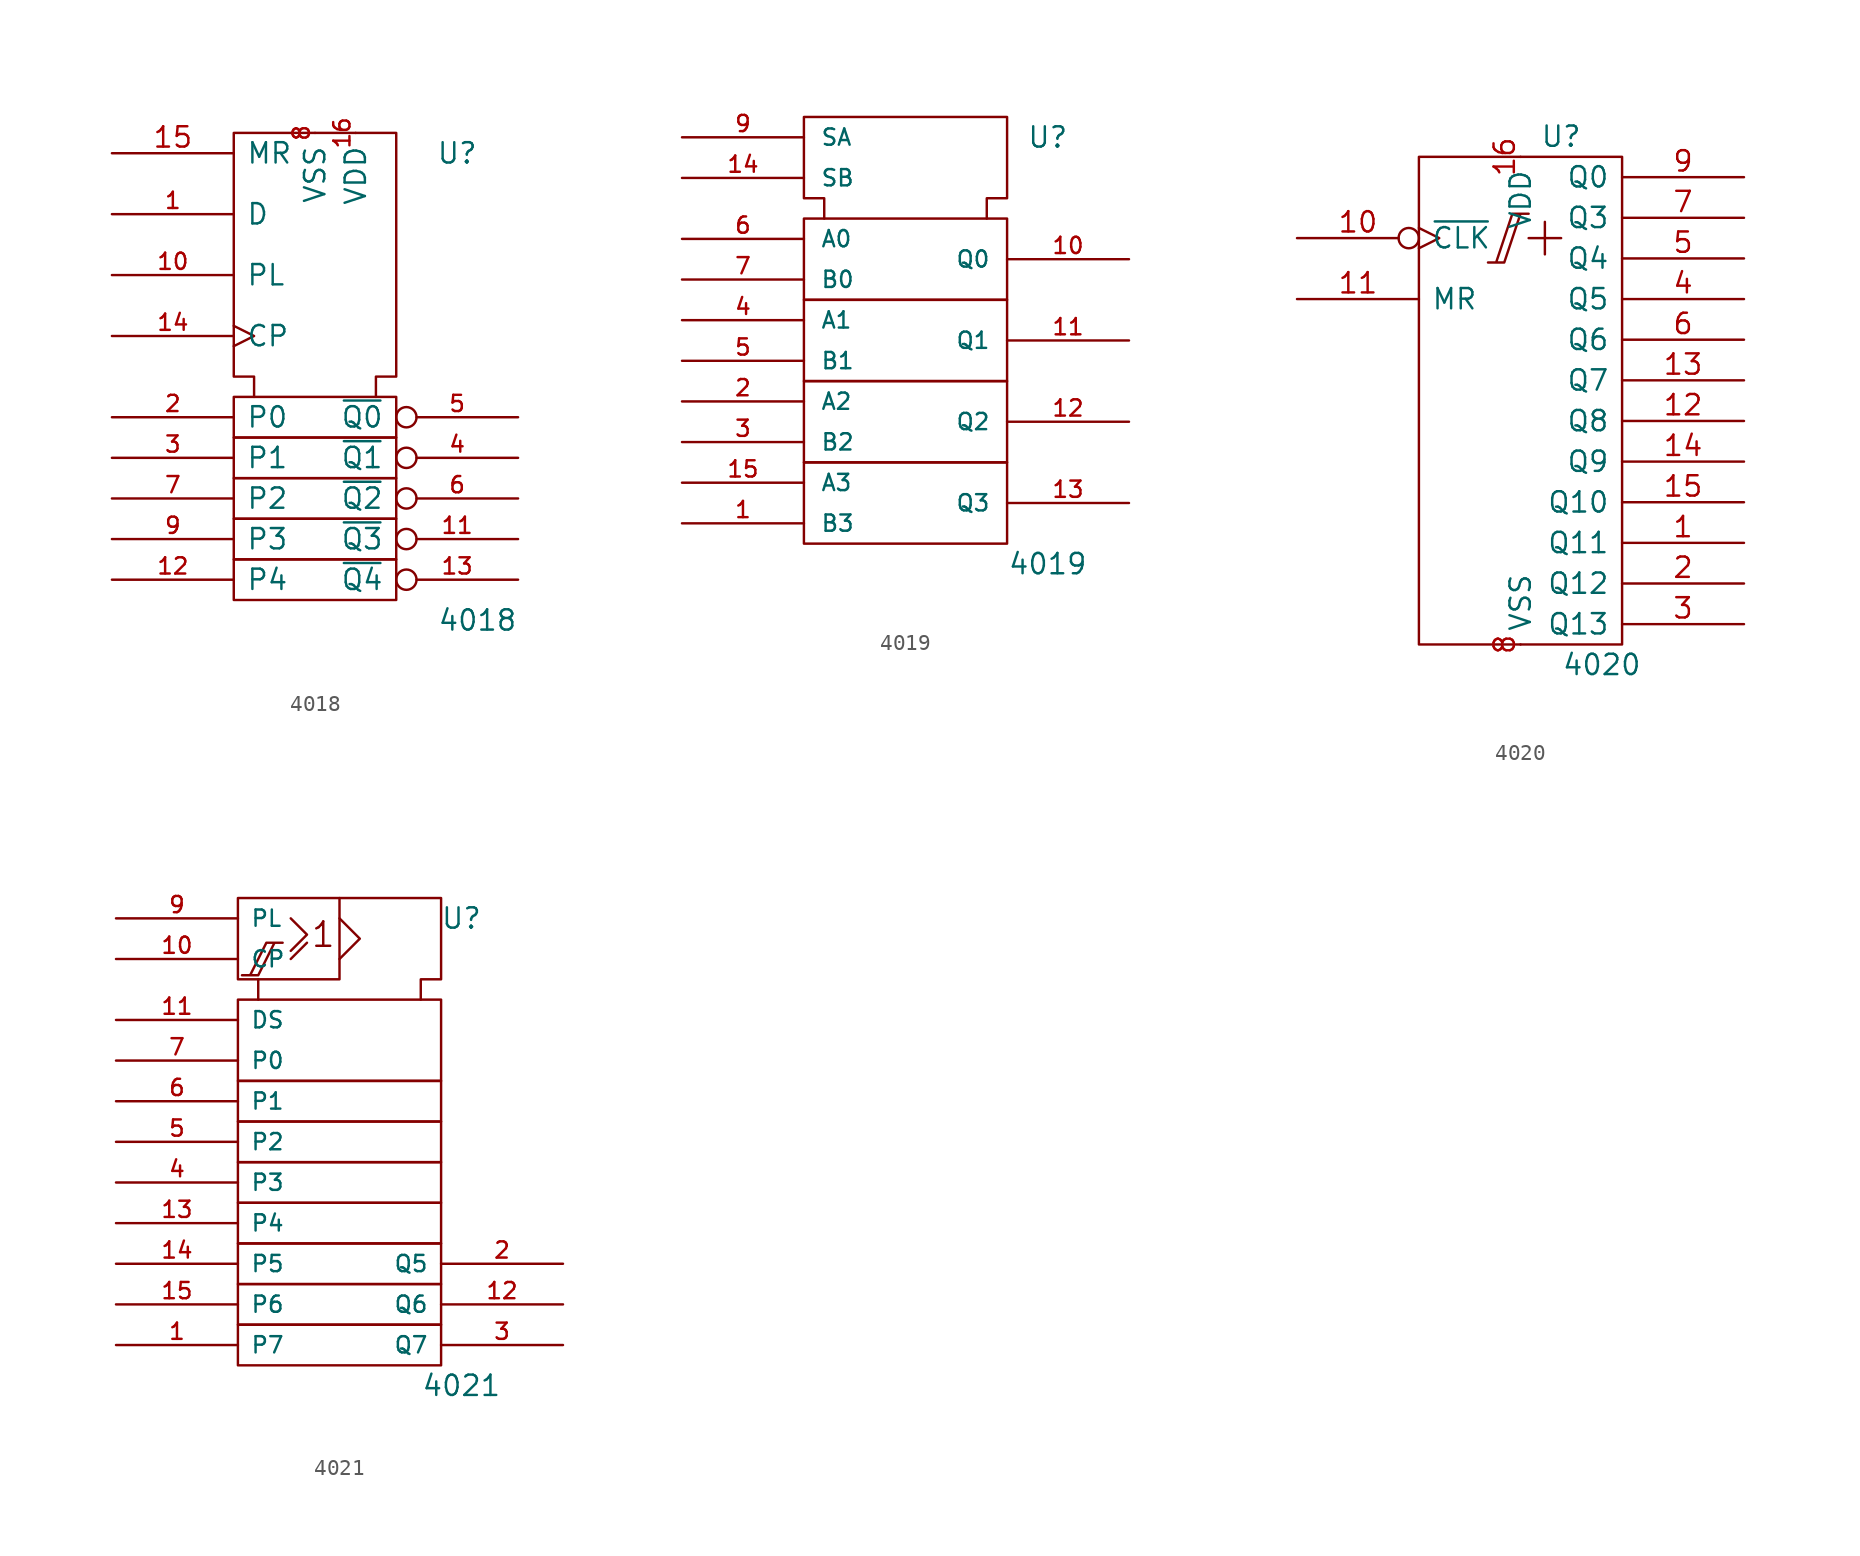
<source format=kicad_sym>
(kicad_symbol_lib
  (version 20201005)
  (generator kicad_symbol_editor)
  (symbol "4xxx_IEEE:4018"
    (pin_names
      (offset 0.762))
    (property "Reference" "U"
      (at 8.89 11.43 0)
      (effects (font (size 1.27 1.27))))
    (property "Value" "4018"
      (at 10.16 -17.78 0)
      (effects (font (size 1.27 1.27))))
    (symbol "4018_0_1"
      (rectangle (start -5.08 -13.97) (end 5.08 -16.51) (stroke (width 0)) (fill (type none)))
      (rectangle (start -5.08 -11.43) (end 5.08 -13.97) (stroke (width 0)) (fill (type none)))
      (rectangle (start -5.08 -8.89) (end 5.08 -11.43) (stroke (width 0)) (fill (type none)))
      (rectangle (start -5.08 -6.35) (end 5.08 -8.89) (stroke (width 0)) (fill (type none)))
      (rectangle (start -5.08 -3.81) (end 5.08 -6.35) (stroke (width 0)) (fill (type none)))
      (polyline (pts (xy -3.81 -3.81) (xy -3.81 -2.54) (xy -5.08 -2.54) (xy -5.08 12.7) (xy 5.08 12.7) (xy 5.08 -2.54) (xy 3.81 -2.54) (xy 3.81 -3.81) (xy 3.81 -3.81)) (stroke (width 0)) (fill (type none))))
    (symbol "4018_1_1"
      (pin input line (at -12.7 7.62 0) (length 7.62) (name "D" (effects (font (size 1.27 1.27)))) (number "1" (effects (font (size 1.016 1.016)))))
      (pin input line (at -12.7 3.81 0) (length 7.62) (name "PL" (effects (font (size 1.27 1.27)))) (number "10" (effects (font (size 1.016 1.016)))))
      (pin output inverted (at 12.7 -12.7 180) (length 7.62) (name "~Q3" (effects (font (size 1.27 1.27)))) (number "11" (effects (font (size 1.016 1.016)))))
      (pin input line (at -12.7 -15.24 0) (length 7.62) (name "P4" (effects (font (size 1.27 1.27)))) (number "12" (effects (font (size 1.016 1.016)))))
      (pin output inverted (at 12.7 -15.24 180) (length 7.62) (name "~Q4" (effects (font (size 1.27 1.27)))) (number "13" (effects (font (size 1.016 1.016)))))
      (pin input clock (at -12.7 0 0) (length 7.62) (name "CP" (effects (font (size 1.27 1.27)))) (number "14" (effects (font (size 1.016 1.016)))))
      (pin input line (at -12.7 11.43 0) (length 7.62) (name "MR" (effects (font (size 1.27 1.27)))) (number "15" (effects (font (size 1.27 1.27)))))
      (pin power_in line (at 2.54 12.7 270) (length 0) (name "VDD" (effects (font (size 1.27 1.27)))) (number "16" (effects (font (size 1.016 1.016)))))
      (pin input line (at -12.7 -5.08 0) (length 7.62) (name "P0" (effects (font (size 1.27 1.27)))) (number "2" (effects (font (size 1.016 1.016)))))
      (pin input line (at -12.7 -7.62 0) (length 7.62) (name "P1" (effects (font (size 1.27 1.27)))) (number "3" (effects (font (size 1.016 1.016)))))
      (pin output inverted (at 12.7 -7.62 180) (length 7.62) (name "~Q1" (effects (font (size 1.27 1.27)))) (number "4" (effects (font (size 1.016 1.016)))))
      (pin output inverted (at 12.7 -5.08 180) (length 7.62) (name "~Q0" (effects (font (size 1.27 1.27)))) (number "5" (effects (font (size 1.016 1.016)))))
      (pin output inverted (at 12.7 -10.16 180) (length 7.62) (name "~Q2" (effects (font (size 1.27 1.27)))) (number "6" (effects (font (size 1.016 1.016)))))
      (pin input line (at -12.7 -10.16 0) (length 7.62) (name "P2" (effects (font (size 1.27 1.27)))) (number "7" (effects (font (size 1.016 1.016)))))
      (pin power_in line (at 0 12.7 270) (length 0) (name "VSS" (effects (font (size 1.27 1.27)))) (number "8" (effects (font (size 1.016 1.016)))))
      (pin input line (at -12.7 -12.7 0) (length 7.62) (name "P3" (effects (font (size 1.27 1.27)))) (number "9" (effects (font (size 1.016 1.016)))))))
  (symbol "4xxx_IEEE:4019"
    (pin_names
      (offset 1.016))
    (property "Reference" "U"
      (at 8.89 10.16 0)
      (effects (font (size 1.27 1.27))))
    (property "Value" "4019"
      (at 8.89 -16.51 0)
      (effects (font (size 1.27 1.27))))
    (symbol "4019_0_1"
      (rectangle (start -6.35 -10.16) (end 6.35 -15.24) (stroke (width 0)) (fill (type none)))
      (rectangle (start -6.35 -5.08) (end 6.35 -10.16) (stroke (width 0)) (fill (type none)))
      (rectangle (start -6.35 0) (end 6.35 -5.08) (stroke (width 0)) (fill (type none)))
      (rectangle (start -6.35 0) (end 6.35 5.08) (stroke (width 0)) (fill (type none)))
      (polyline (pts (xy -5.08 5.08) (xy -5.08 6.35) (xy -6.35 6.35) (xy -6.35 11.43) (xy 6.35 11.43) (xy 6.35 6.35) (xy 5.08 6.35) (xy 5.08 5.08) (xy 5.08 5.08)) (stroke (width 0)) (fill (type none)))
      (pin power_in line (at 3.81 11.43 270) (length 0) hide (name "Vdd" (effects (font (size 1.016 1.016)))) (number "16" (effects (font (size 1.016 1.016)))))
      (pin power_in line (at 0 11.43 270) (length 0) hide (name "Vss" (effects (font (size 1.016 1.016)))) (number "8" (effects (font (size 1.016 1.016))))))
    (symbol "4019_1_1"
      (pin input line (at -13.97 -13.97 0) (length 7.62) (name "B3" (effects (font (size 1.016 1.016)))) (number "1" (effects (font (size 1.016 1.016)))))
      (pin output line (at 13.97 2.54 180) (length 7.62) (name "Q0" (effects (font (size 1.016 1.016)))) (number "10" (effects (font (size 1.016 1.016)))))
      (pin output line (at 13.97 -2.54 180) (length 7.62) (name "Q1" (effects (font (size 1.016 1.016)))) (number "11" (effects (font (size 1.016 1.016)))))
      (pin output line (at 13.97 -7.62 180) (length 7.62) (name "Q2" (effects (font (size 1.016 1.016)))) (number "12" (effects (font (size 1.016 1.016)))))
      (pin output line (at 13.97 -12.7 180) (length 7.62) (name "Q3" (effects (font (size 1.016 1.016)))) (number "13" (effects (font (size 1.016 1.016)))))
      (pin input line (at -13.97 7.62 0) (length 7.62) (name "SB" (effects (font (size 1.016 1.016)))) (number "14" (effects (font (size 1.016 1.016)))))
      (pin input line (at -13.97 -11.43 0) (length 7.62) (name "A3" (effects (font (size 1.016 1.016)))) (number "15" (effects (font (size 1.016 1.016)))))
      (pin input line (at -13.97 -6.35 0) (length 7.62) (name "A2" (effects (font (size 1.016 1.016)))) (number "2" (effects (font (size 1.016 1.016)))))
      (pin input line (at -13.97 -8.89 0) (length 7.62) (name "B2" (effects (font (size 1.016 1.016)))) (number "3" (effects (font (size 1.016 1.016)))))
      (pin input line (at -13.97 -1.27 0) (length 7.62) (name "A1" (effects (font (size 1.016 1.016)))) (number "4" (effects (font (size 1.016 1.016)))))
      (pin input line (at -13.97 -3.81 0) (length 7.62) (name "B1" (effects (font (size 1.016 1.016)))) (number "5" (effects (font (size 1.016 1.016)))))
      (pin input line (at -13.97 3.81 0) (length 7.62) (name "A0" (effects (font (size 1.016 1.016)))) (number "6" (effects (font (size 1.016 1.016)))))
      (pin input line (at -13.97 1.27 0) (length 7.62) (name "B0" (effects (font (size 1.016 1.016)))) (number "7" (effects (font (size 1.016 1.016)))))
      (pin input line (at -13.97 10.16 0) (length 7.62) (name "SA" (effects (font (size 1.016 1.016)))) (number "9" (effects (font (size 1.016 1.016)))))))
  (symbol "4xxx_IEEE:4020"
    (pin_names
      (offset 0.762))
    (property "Reference" "U"
      (at 2.54 16.51 0)
      (effects (font (size 1.27 1.27))))
    (property "Value" "4020"
      (at 5.08 -16.51 0)
      (effects (font (size 1.27 1.27))))
    (symbol "4020_0_0"
      (rectangle (start -6.35 15.24) (end 6.35 -15.24) (stroke (width 0)) (fill (type none)))
      (polyline (pts (xy 0.508 10.16) (xy 2.54 10.16) (xy 2.54 10.16)) (stroke (width 0)) (fill (type none)))
      (polyline (pts (xy 1.524 11.176) (xy 1.524 9.144) (xy 1.524 9.144)) (stroke (width 0)) (fill (type none)))
      (polyline (pts (xy -2.032 8.636) (xy -1.016 8.636) (xy 0 11.684) (xy 0.508 11.684) (xy -0.508 11.684) (xy -1.524 8.636) (xy -1.524 8.636)) (stroke (width 0)) (fill (type none)))
      (pin power_in line (at 0 15.24 270) (length 0) (name "VDD" (effects (font (size 1.27 1.27)))) (number "16" (effects (font (size 1.27 1.27)))))
      (pin power_in line (at 0 -15.24 90) (length 0) (name "VSS" (effects (font (size 1.27 1.27)))) (number "8" (effects (font (size 1.27 1.27))))))
    (symbol "4020_1_1"
      (pin output line (at 13.97 -8.89 180) (length 7.62) (name "Q11" (effects (font (size 1.27 1.27)))) (number "1" (effects (font (size 1.27 1.27)))))
      (pin input inverted_clock (at -13.97 10.16 0) (length 7.62) (name "~CLK" (effects (font (size 1.27 1.27)))) (number "10" (effects (font (size 1.27 1.27)))))
      (pin input line (at -13.97 6.35 0) (length 7.62) (name "MR" (effects (font (size 1.27 1.27)))) (number "11" (effects (font (size 1.27 1.27)))))
      (pin output line (at 13.97 -1.27 180) (length 7.62) (name "Q8" (effects (font (size 1.27 1.27)))) (number "12" (effects (font (size 1.27 1.27)))))
      (pin output line (at 13.97 1.27 180) (length 7.62) (name "Q7" (effects (font (size 1.27 1.27)))) (number "13" (effects (font (size 1.27 1.27)))))
      (pin output line (at 13.97 -3.81 180) (length 7.62) (name "Q9" (effects (font (size 1.27 1.27)))) (number "14" (effects (font (size 1.27 1.27)))))
      (pin output line (at 13.97 -6.35 180) (length 7.62) (name "Q10" (effects (font (size 1.27 1.27)))) (number "15" (effects (font (size 1.27 1.27)))))
      (pin output line (at 13.97 -11.43 180) (length 7.62) (name "Q12" (effects (font (size 1.27 1.27)))) (number "2" (effects (font (size 1.27 1.27)))))
      (pin output line (at 13.97 -13.97 180) (length 7.62) (name "Q13" (effects (font (size 1.27 1.27)))) (number "3" (effects (font (size 1.27 1.27)))))
      (pin output line (at 13.97 6.35 180) (length 7.62) (name "Q5" (effects (font (size 1.27 1.27)))) (number "4" (effects (font (size 1.27 1.27)))))
      (pin output line (at 13.97 8.89 180) (length 7.62) (name "Q4" (effects (font (size 1.27 1.27)))) (number "5" (effects (font (size 1.27 1.27)))))
      (pin output line (at 13.97 3.81 180) (length 7.62) (name "Q6" (effects (font (size 1.27 1.27)))) (number "6" (effects (font (size 1.27 1.27)))))
      (pin output line (at 13.97 11.43 180) (length 7.62) (name "Q3" (effects (font (size 1.27 1.27)))) (number "7" (effects (font (size 1.27 1.27)))))
      (pin output line (at 13.97 13.97 180) (length 7.62) (name "Q0" (effects (font (size 1.27 1.27)))) (number "9" (effects (font (size 1.27 1.27)))))))
  (symbol "4xxx_IEEE:4021"
    (pin_names
      (offset 0.762))
    (property "Reference" "U"
      (at 7.62 7.62 0)
      (effects (font (size 1.27 1.27))))
    (property "Value" "4021"
      (at 7.62 -21.59 0)
      (effects (font (size 1.27 1.27))))
    (symbol "4021_0_0"
      (text "1" (at -1.016 6.604 0) (effects (font (size 1.524 1.524))))
      (polyline (pts (xy -6.096 4.064) (xy -5.08 4.064) (xy -4.064 6.096) (xy -3.556 6.096) (xy -4.572 6.096) (xy -5.588 4.064) (xy -5.588 4.064)) (stroke (width 0)) (fill (type none))))
    (symbol "4021_0_1"
      (rectangle (start -6.35 -17.78) (end 6.35 -20.32) (stroke (width 0)) (fill (type none)))
      (rectangle (start -6.35 -15.24) (end 6.35 -17.78) (stroke (width 0)) (fill (type none)))
      (rectangle (start -6.35 -12.7) (end 6.35 -15.24) (stroke (width 0)) (fill (type none)))
      (rectangle (start -6.35 -10.16) (end 6.35 -12.7) (stroke (width 0)) (fill (type none)))
      (rectangle (start -6.35 -7.62) (end 6.35 -10.16) (stroke (width 0)) (fill (type none)))
      (rectangle (start -6.35 -5.08) (end 6.35 -7.62) (stroke (width 0)) (fill (type none)))
      (rectangle (start -6.35 -2.54) (end 6.35 -5.08) (stroke (width 0)) (fill (type none)))
      (rectangle (start -6.35 2.54) (end 6.35 -2.54) (stroke (width 0)) (fill (type none)))
      (polyline (pts (xy -3.048 5.08) (xy -2.032 6.096) (xy -2.032 6.096)) (stroke (width 0)) (fill (type none)))
      (polyline (pts (xy -3.048 7.62) (xy -2.032 6.604) (xy -3.048 5.588) (xy -3.048 5.588)) (stroke (width 0)) (fill (type none)))
      (polyline (pts (xy 0 7.62) (xy 1.27 6.35) (xy 0 5.08) (xy 0 5.08)) (stroke (width 0)) (fill (type none)))
      (polyline (pts (xy 0 8.89) (xy 0 3.81) (xy -5.08 3.81) (xy -5.08 3.81)) (stroke (width 0)) (fill (type none)))
      (polyline (pts (xy -5.08 2.54) (xy -5.08 3.81) (xy -6.35 3.81) (xy -6.35 8.89) (xy 6.35 8.89) (xy 6.35 3.81) (xy 5.08 3.81) (xy 5.08 2.54) (xy 5.08 2.54)) (stroke (width 0)) (fill (type none)))
      (pin power_in line (at 3.81 8.89 270) (length 0) hide (name "Vdd" (effects (font (size 1.016 1.016)))) (number "16" (effects (font (size 1.016 1.016)))))
      (pin power_in line (at 1.27 8.89 270) (length 0) hide (name "Vss" (effects (font (size 1.016 1.016)))) (number "8" (effects (font (size 1.016 1.016))))))
    (symbol "4021_1_1"
      (pin input line (at -13.97 -19.05 0) (length 7.62) (name "P7" (effects (font (size 1.016 1.016)))) (number "1" (effects (font (size 1.016 1.016)))))
      (pin output line (at -13.97 5.08 0) (length 7.62) (name "CP" (effects (font (size 1.016 1.016)))) (number "10" (effects (font (size 1.016 1.016)))))
      (pin output line (at -13.97 1.27 0) (length 7.62) (name "DS" (effects (font (size 1.016 1.016)))) (number "11" (effects (font (size 1.016 1.016)))))
      (pin output line (at 13.97 -16.51 180) (length 7.62) (name "Q6" (effects (font (size 1.016 1.016)))) (number "12" (effects (font (size 1.016 1.016)))))
      (pin input line (at -13.97 -11.43 0) (length 7.62) (name "P4" (effects (font (size 1.016 1.016)))) (number "13" (effects (font (size 1.016 1.016)))))
      (pin input line (at -13.97 -13.97 0) (length 7.62) (name "P5" (effects (font (size 1.016 1.016)))) (number "14" (effects (font (size 1.016 1.016)))))
      (pin input line (at -13.97 -16.51 0) (length 7.62) (name "P6" (effects (font (size 1.016 1.016)))) (number "15" (effects (font (size 1.016 1.016)))))
      (pin output line (at 13.97 -13.97 180) (length 7.62) (name "Q5" (effects (font (size 1.016 1.016)))) (number "2" (effects (font (size 1.016 1.016)))))
      (pin output line (at 13.97 -19.05 180) (length 7.62) (name "Q7" (effects (font (size 1.016 1.016)))) (number "3" (effects (font (size 1.016 1.016)))))
      (pin input line (at -13.97 -8.89 0) (length 7.62) (name "P3" (effects (font (size 1.016 1.016)))) (number "4" (effects (font (size 1.016 1.016)))))
      (pin input line (at -13.97 -6.35 0) (length 7.62) (name "P2" (effects (font (size 1.016 1.016)))) (number "5" (effects (font (size 1.016 1.016)))))
      (pin input line (at -13.97 -3.81 0) (length 7.62) (name "P1" (effects (font (size 1.016 1.016)))) (number "6" (effects (font (size 1.016 1.016)))))
      (pin input line (at -13.97 -1.27 0) (length 7.62) (name "P0" (effects (font (size 1.016 1.016)))) (number "7" (effects (font (size 1.016 1.016)))))
      (pin output line (at -13.97 7.62 0) (length 7.62) (name "PL" (effects (font (size 1.016 1.016)))) (number "9" (effects (font (size 1.016 1.016))))))))
</source>
